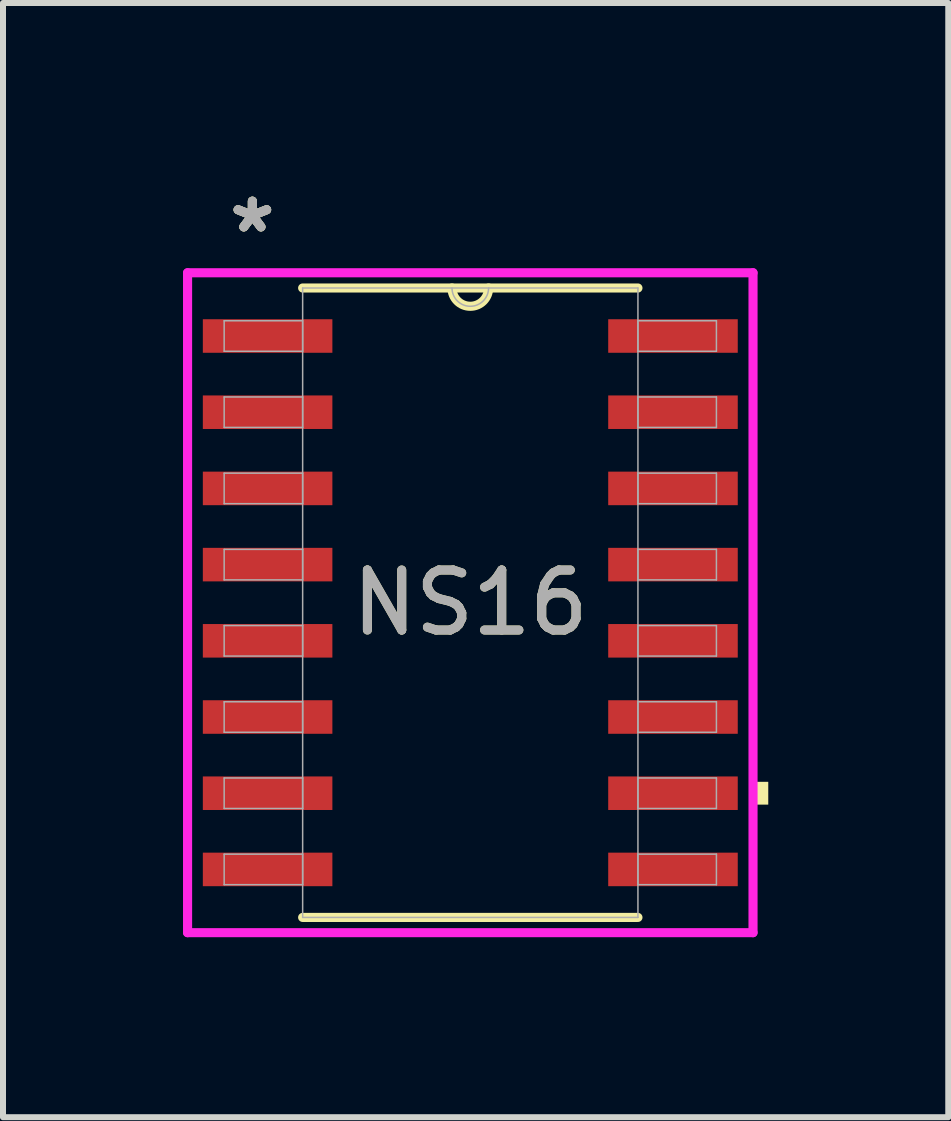
<source format=kicad_pcb>
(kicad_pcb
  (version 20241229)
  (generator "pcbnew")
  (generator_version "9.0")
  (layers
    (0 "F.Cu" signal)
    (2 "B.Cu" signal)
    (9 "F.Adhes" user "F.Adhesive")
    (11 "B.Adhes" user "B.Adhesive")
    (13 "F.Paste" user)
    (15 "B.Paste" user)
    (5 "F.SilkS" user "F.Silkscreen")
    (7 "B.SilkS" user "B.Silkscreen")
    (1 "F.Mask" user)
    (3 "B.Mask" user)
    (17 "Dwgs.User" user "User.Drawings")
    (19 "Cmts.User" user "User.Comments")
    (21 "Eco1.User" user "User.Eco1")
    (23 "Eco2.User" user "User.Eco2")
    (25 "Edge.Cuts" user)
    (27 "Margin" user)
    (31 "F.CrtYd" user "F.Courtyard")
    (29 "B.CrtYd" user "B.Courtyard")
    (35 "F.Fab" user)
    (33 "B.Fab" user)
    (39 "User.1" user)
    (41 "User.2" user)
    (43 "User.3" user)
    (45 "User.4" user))
  (footprint "NS16"
    (layer "F.Cu")
    (at 4.788 6.995)
    (property "Reference" "NS16" (at 0 0 0) (unlocked yes) (layer "F.SilkS") (effects (font (size 1 1) (thickness 0.15))))
    (attr smd)
    (fp_line (start -2.794 5.245) (end 2.794 5.245) (stroke (width 0.152) (type solid)) (layer "F.SilkS"))
    (fp_line (start 2.794 -5.245) (end -2.794 -5.245) (stroke (width 0.152) (type solid)) (layer "F.SilkS"))
    (fp_arc (start 0.3048 -5.2451) (mid 0 -4.9403) (end -0.3048 -5.2451) (stroke (width 0.1524) (type solid)) (layer "F.SilkS"))
    (fp_poly (pts (xy 4.966 2.985) (xy 4.966 3.365) (xy 4.712 3.365) (xy 4.712 2.985)) (stroke (width 0) (type solid)) (fill yes) (layer "F.SilkS"))
    (fp_line (start -4.712 -5.499) (end 4.712 -5.499) (stroke (width 0.152) (type solid)) (layer "F.CrtYd"))
    (fp_line (start -4.712 5.499) (end -4.712 -5.499) (stroke (width 0.152) (type solid)) (layer "F.CrtYd"))
    (fp_line (start 4.712 -5.499) (end 4.712 5.499) (stroke (width 0.152) (type solid)) (layer "F.CrtYd"))
    (fp_line (start 4.712 5.499) (end -4.712 5.499) (stroke (width 0.152) (type solid)) (layer "F.CrtYd"))
    (fp_line (start -4.102 -4.699) (end -4.102 -4.191) (stroke (width 0.025) (type solid)) (layer "F.Fab"))
    (fp_line (start -4.102 -4.191) (end -2.794 -4.191) (stroke (width 0.025) (type solid)) (layer "F.Fab"))
    (fp_line (start -4.102 -3.429) (end -4.102 -2.921) (stroke (width 0.025) (type solid)) (layer "F.Fab"))
    (fp_line (start -4.102 -2.921) (end -2.794 -2.921) (stroke (width 0.025) (type solid)) (layer "F.Fab"))
    (fp_line (start -4.102 -2.159) (end -4.102 -1.651) (stroke (width 0.025) (type solid)) (layer "F.Fab"))
    (fp_line (start -4.102 -1.651) (end -2.794 -1.651) (stroke (width 0.025) (type solid)) (layer "F.Fab"))
    (fp_line (start -4.102 -0.889) (end -4.102 -0.381) (stroke (width 0.025) (type solid)) (layer "F.Fab"))
    (fp_line (start -4.102 -0.381) (end -2.794 -0.381) (stroke (width 0.025) (type solid)) (layer "F.Fab"))
    (fp_line (start -4.102 0.381) (end -4.102 0.889) (stroke (width 0.025) (type solid)) (layer "F.Fab"))
    (fp_line (start -4.102 0.889) (end -2.794 0.889) (stroke (width 0.025) (type solid)) (layer "F.Fab"))
    (fp_line (start -4.102 1.651) (end -4.102 2.159) (stroke (width 0.025) (type solid)) (layer "F.Fab"))
    (fp_line (start -4.102 2.159) (end -2.794 2.159) (stroke (width 0.025) (type solid)) (layer "F.Fab"))
    (fp_line (start -4.102 2.921) (end -4.102 3.429) (stroke (width 0.025) (type solid)) (layer "F.Fab"))
    (fp_line (start -4.102 3.429) (end -2.794 3.429) (stroke (width 0.025) (type solid)) (layer "F.Fab"))
    (fp_line (start -4.102 4.191) (end -4.102 4.699) (stroke (width 0.025) (type solid)) (layer "F.Fab"))
    (fp_line (start -4.102 4.699) (end -2.794 4.699) (stroke (width 0.025) (type solid)) (layer "F.Fab"))
    (fp_line (start -2.794 -5.245) (end -2.794 5.245) (stroke (width 0.025) (type solid)) (layer "F.Fab"))
    (fp_line (start -2.794 -4.699) (end -4.102 -4.699) (stroke (width 0.025) (type solid)) (layer "F.Fab"))
    (fp_line (start -2.794 -4.191) (end -2.794 -4.699) (stroke (width 0.025) (type solid)) (layer "F.Fab"))
    (fp_line (start -2.794 -3.429) (end -4.102 -3.429) (stroke (width 0.025) (type solid)) (layer "F.Fab"))
    (fp_line (start -2.794 -2.921) (end -2.794 -3.429) (stroke (width 0.025) (type solid)) (layer "F.Fab"))
    (fp_line (start -2.794 -2.159) (end -4.102 -2.159) (stroke (width 0.025) (type solid)) (layer "F.Fab"))
    (fp_line (start -2.794 -1.651) (end -2.794 -2.159) (stroke (width 0.025) (type solid)) (layer "F.Fab"))
    (fp_line (start -2.794 -0.889) (end -4.102 -0.889) (stroke (width 0.025) (type solid)) (layer "F.Fab"))
    (fp_line (start -2.794 -0.381) (end -2.794 -0.889) (stroke (width 0.025) (type solid)) (layer "F.Fab"))
    (fp_line (start -2.794 0.381) (end -4.102 0.381) (stroke (width 0.025) (type solid)) (layer "F.Fab"))
    (fp_line (start -2.794 0.889) (end -2.794 0.381) (stroke (width 0.025) (type solid)) (layer "F.Fab"))
    (fp_line (start -2.794 1.651) (end -4.102 1.651) (stroke (width 0.025) (type solid)) (layer "F.Fab"))
    (fp_line (start -2.794 2.159) (end -2.794 1.651) (stroke (width 0.025) (type solid)) (layer "F.Fab"))
    (fp_line (start -2.794 2.921) (end -4.102 2.921) (stroke (width 0.025) (type solid)) (layer "F.Fab"))
    (fp_line (start -2.794 3.429) (end -2.794 2.921) (stroke (width 0.025) (type solid)) (layer "F.Fab"))
    (fp_line (start -2.794 4.191) (end -4.102 4.191) (stroke (width 0.025) (type solid)) (layer "F.Fab"))
    (fp_line (start -2.794 4.699) (end -2.794 4.191) (stroke (width 0.025) (type solid)) (layer "F.Fab"))
    (fp_line (start -2.794 5.245) (end 2.794 5.245) (stroke (width 0.025) (type solid)) (layer "F.Fab"))
    (fp_line (start 2.794 -5.245) (end -2.794 -5.245) (stroke (width 0.025) (type solid)) (layer "F.Fab"))
    (fp_line (start 2.794 -4.699) (end 2.794 -4.191) (stroke (width 0.025) (type solid)) (layer "F.Fab"))
    (fp_line (start 2.794 -4.191) (end 4.102 -4.191) (stroke (width 0.025) (type solid)) (layer "F.Fab"))
    (fp_line (start 2.794 -3.429) (end 2.794 -2.921) (stroke (width 0.025) (type solid)) (layer "F.Fab"))
    (fp_line (start 2.794 -2.921) (end 4.102 -2.921) (stroke (width 0.025) (type solid)) (layer "F.Fab"))
    (fp_line (start 2.794 -2.159) (end 2.794 -1.651) (stroke (width 0.025) (type solid)) (layer "F.Fab"))
    (fp_line (start 2.794 -1.651) (end 4.102 -1.651) (stroke (width 0.025) (type solid)) (layer "F.Fab"))
    (fp_line (start 2.794 -0.889) (end 2.794 -0.381) (stroke (width 0.025) (type solid)) (layer "F.Fab"))
    (fp_line (start 2.794 -0.381) (end 4.102 -0.381) (stroke (width 0.025) (type solid)) (layer "F.Fab"))
    (fp_line (start 2.794 0.381) (end 2.794 0.889) (stroke (width 0.025) (type solid)) (layer "F.Fab"))
    (fp_line (start 2.794 0.889) (end 4.102 0.889) (stroke (width 0.025) (type solid)) (layer "F.Fab"))
    (fp_line (start 2.794 1.651) (end 2.794 2.159) (stroke (width 0.025) (type solid)) (layer "F.Fab"))
    (fp_line (start 2.794 2.159) (end 4.102 2.159) (stroke (width 0.025) (type solid)) (layer "F.Fab"))
    (fp_line (start 2.794 2.921) (end 2.794 3.429) (stroke (width 0.025) (type solid)) (layer "F.Fab"))
    (fp_line (start 2.794 3.429) (end 4.102 3.429) (stroke (width 0.025) (type solid)) (layer "F.Fab"))
    (fp_line (start 2.794 4.191) (end 2.794 4.699) (stroke (width 0.025) (type solid)) (layer "F.Fab"))
    (fp_line (start 2.794 4.699) (end 4.102 4.699) (stroke (width 0.025) (type solid)) (layer "F.Fab"))
    (fp_line (start 2.794 5.245) (end 2.794 -5.245) (stroke (width 0.025) (type solid)) (layer "F.Fab"))
    (fp_line (start 4.102 -4.699) (end 2.794 -4.699) (stroke (width 0.025) (type solid)) (layer "F.Fab"))
    (fp_line (start 4.102 -4.191) (end 4.102 -4.699) (stroke (width 0.025) (type solid)) (layer "F.Fab"))
    (fp_line (start 4.102 -3.429) (end 2.794 -3.429) (stroke (width 0.025) (type solid)) (layer "F.Fab"))
    (fp_line (start 4.102 -2.921) (end 4.102 -3.429) (stroke (width 0.025) (type solid)) (layer "F.Fab"))
    (fp_line (start 4.102 -2.159) (end 2.794 -2.159) (stroke (width 0.025) (type solid)) (layer "F.Fab"))
    (fp_line (start 4.102 -1.651) (end 4.102 -2.159) (stroke (width 0.025) (type solid)) (layer "F.Fab"))
    (fp_line (start 4.102 -0.889) (end 2.794 -0.889) (stroke (width 0.025) (type solid)) (layer "F.Fab"))
    (fp_line (start 4.102 -0.381) (end 4.102 -0.889) (stroke (width 0.025) (type solid)) (layer "F.Fab"))
    (fp_line (start 4.102 0.381) (end 2.794 0.381) (stroke (width 0.025) (type solid)) (layer "F.Fab"))
    (fp_line (start 4.102 0.889) (end 4.102 0.381) (stroke (width 0.025) (type solid)) (layer "F.Fab"))
    (fp_line (start 4.102 1.651) (end 2.794 1.651) (stroke (width 0.025) (type solid)) (layer "F.Fab"))
    (fp_line (start 4.102 2.159) (end 4.102 1.651) (stroke (width 0.025) (type solid)) (layer "F.Fab"))
    (fp_line (start 4.102 2.921) (end 2.794 2.921) (stroke (width 0.025) (type solid)) (layer "F.Fab"))
    (fp_line (start 4.102 3.429) (end 4.102 2.921) (stroke (width 0.025) (type solid)) (layer "F.Fab"))
    (fp_line (start 4.102 4.191) (end 2.794 4.191) (stroke (width 0.025) (type solid)) (layer "F.Fab"))
    (fp_line (start 4.102 4.699) (end 4.102 4.191) (stroke (width 0.025) (type solid)) (layer "F.Fab"))
    (fp_arc (start 0.3048 -5.2451) (mid 0 -4.9403) (end -0.3048 -5.2451) (stroke (width 0.0254) (type solid)) (layer "F.Fab"))
    (fp_text user "*" (at -3.632 -6.147 0) (layer "F.SilkS") (effects (font (size 1 1) (thickness 0.15))))
    (fp_text user "*" (at -3.632 -6.147 0) (unlocked yes) (layer "F.SilkS") (effects (font (size 1 1) (thickness 0.15))))
    (fp_text user "*" (at -3.632 -6.147 0) (layer "F.Fab") (effects (font (size 1 1) (thickness 0.15))))
    (fp_text user "*" (at -3.632 -6.147 0) (unlocked yes) (layer "F.Fab") (effects (font (size 1 1) (thickness 0.15))))
    (fp_text user "${REFERENCE}" (at 0 0 0) (unlocked yes) (layer "F.Fab") (effects (font (size 1 1) (thickness 0.15))))
    (pad "1" smd rect (at -3.378 -4.445) (size 2.159 0.559) (layers "F.Cu" "F.Mask" "F.Paste"))
    (pad "2" smd rect (at -3.378 -3.175) (size 2.159 0.559) (layers "F.Cu" "F.Mask" "F.Paste"))
    (pad "3" smd rect (at -3.378 -1.905) (size 2.159 0.559) (layers "F.Cu" "F.Mask" "F.Paste"))
    (pad "4" smd rect (at -3.378 -0.635) (size 2.159 0.559) (layers "F.Cu" "F.Mask" "F.Paste"))
    (pad "5" smd rect (at -3.378 0.635) (size 2.159 0.559) (layers "F.Cu" "F.Mask" "F.Paste"))
    (pad "6" smd rect (at -3.378 1.905) (size 2.159 0.559) (layers "F.Cu" "F.Mask" "F.Paste"))
    (pad "7" smd rect (at -3.378 3.175) (size 2.159 0.559) (layers "F.Cu" "F.Mask" "F.Paste"))
    (pad "8" smd rect (at -3.378 4.445) (size 2.159 0.559) (layers "F.Cu" "F.Mask" "F.Paste"))
    (pad "9" smd rect (at 3.378 4.445) (size 2.159 0.559) (layers "F.Cu" "F.Mask" "F.Paste"))
    (pad "10" smd rect (at 3.378 3.175) (size 2.159 0.559) (layers "F.Cu" "F.Mask" "F.Paste"))
    (pad "11" smd rect (at 3.378 1.905) (size 2.159 0.559) (layers "F.Cu" "F.Mask" "F.Paste"))
    (pad "12" smd rect (at 3.378 0.635) (size 2.159 0.559) (layers "F.Cu" "F.Mask" "F.Paste"))
    (pad "13" smd rect (at 3.378 -0.635) (size 2.159 0.559) (layers "F.Cu" "F.Mask" "F.Paste"))
    (pad "14" smd rect (at 3.378 -1.905) (size 2.159 0.559) (layers "F.Cu" "F.Mask" "F.Paste"))
    (pad "15" smd rect (at 3.378 -3.175) (size 2.159 0.559) (layers "F.Cu" "F.Mask" "F.Paste"))
    (pad "16" smd rect (at 3.378 -4.445) (size 2.159 0.559) (layers "F.Cu" "F.Mask" "F.Paste")))
  (gr_rect
    (start -3 -3)
    (end 12.754 15.57)
    (stroke (width 0.1) (type default))
    (fill no)
    (layer "Edge.Cuts")))
</source>
